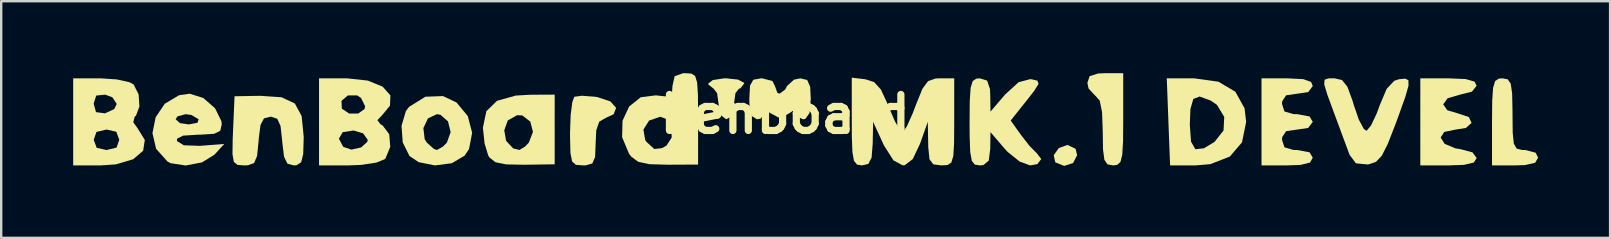
<source format=kicad_pcb>
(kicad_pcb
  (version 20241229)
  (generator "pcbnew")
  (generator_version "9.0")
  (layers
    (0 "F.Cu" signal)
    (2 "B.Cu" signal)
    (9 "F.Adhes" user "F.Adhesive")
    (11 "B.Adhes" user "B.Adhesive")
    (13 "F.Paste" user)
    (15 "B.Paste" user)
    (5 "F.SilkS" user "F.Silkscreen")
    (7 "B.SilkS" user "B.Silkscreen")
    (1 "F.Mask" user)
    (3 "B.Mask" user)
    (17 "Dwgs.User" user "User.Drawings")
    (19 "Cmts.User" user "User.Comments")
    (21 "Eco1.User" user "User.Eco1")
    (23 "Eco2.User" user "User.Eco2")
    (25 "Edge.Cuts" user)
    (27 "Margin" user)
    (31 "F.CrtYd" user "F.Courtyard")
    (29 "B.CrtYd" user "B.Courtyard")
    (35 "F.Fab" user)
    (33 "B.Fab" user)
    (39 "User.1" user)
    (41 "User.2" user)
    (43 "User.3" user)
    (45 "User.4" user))
  (footprint "benboard"
    (layer "F.Cu")
    (at 29.669 1.708)
    (property "Reference" "benboard" (at 0 0 0) (layer "F.SilkS") (effects (font (size 1.5 1.5) (thickness 0.3))))
    (attr board_only exclude_from_pos_files exclude_from_bom)
    (fp_poly (pts (xy 12.102 1.442) (xy 12.166 1.708) (xy 11.998 2.034) (xy 11.627 2.156) (xy 11.256 2.007) (xy 11.192 1.71) (xy 11.403 1.412) (xy 11.762 1.281)) (stroke (width 0) (type solid)) (fill yes) (layer "F.SilkS"))
    (fp_poly (pts (xy -1.961 -1.441) (xy -1.714 -1.309) (xy -1.708 -1.281) (xy -1.87 -1.073) (xy -1.921 -1.067) (xy -2.071 -0.882) (xy -2.134 -0.435) (xy -2.134 -0.427) (xy -2.23 0.081) (xy -2.455 0.213) (xy -2.709 0.023) (xy -2.775 -0.427) (xy -2.837 -0.876) (xy -2.986 -1.067) (xy -2.988 -1.067) (xy -3.195 -1.23) (xy -3.202 -1.281) (xy -3.014 -1.422) (xy -2.553 -1.492) (xy -2.455 -1.494)) (stroke (width 0) (type solid)) (fill yes) (layer "F.SilkS"))
    (fp_poly (pts (xy 14.087 0.213) (xy 14.08 1.126) (xy 14.047 1.693) (xy 13.969 1.996) (xy 13.829 2.116) (xy 13.661 2.134) (xy 13.43 2.091) (xy 13.301 1.9) (xy 13.245 1.465) (xy 13.234 0.74) (xy 13.205 -0.084) (xy 13.108 -0.562) (xy 12.926 -0.771) (xy 12.913 -0.777) (xy 12.643 -1.068) (xy 12.593 -1.304) (xy 12.687 -1.584) (xy 13.038 -1.696) (xy 13.34 -1.708) (xy 14.087 -1.708)) (stroke (width 0) (type solid)) (fill yes) (layer "F.SilkS"))
    (fp_poly (pts (xy -7.934 -0.728) (xy -7.824 -0.711) (xy -7.282 -0.53) (xy -7.045 -0.264) (xy -7.148 0.002) (xy -7.471 0.152) (xy -7.747 0.31) (xy -7.873 0.673) (xy -7.897 1.199) (xy -7.921 1.782) (xy -8.036 2.054) (xy -8.307 2.132) (xy -8.431 2.134) (xy -8.719 2.11) (xy -8.879 1.971) (xy -8.948 1.622) (xy -8.964 0.965) (xy -8.965 0.76) (xy -8.939 0.035) (xy -8.871 -0.503) (xy -8.785 -0.726) (xy -8.472 -0.768)) (stroke (width 0) (type solid)) (fill yes) (layer "F.SilkS"))
    (fp_poly (pts (xy 30.107 -1.454) (xy 30.235 -1.272) (xy 30.294 -0.857) (xy 30.309 -0.119) (xy 30.309 0) (xy 30.317 0.781) (xy 30.363 1.227) (xy 30.48 1.433) (xy 30.701 1.491) (xy 30.843 1.494) (xy 31.272 1.605) (xy 31.376 1.814) (xy 31.251 2.025) (xy 30.823 2.121) (xy 30.416 2.134) (xy 29.455 2.134) (xy 29.455 0.32) (xy 29.463 -0.562) (xy 29.5 -1.101) (xy 29.586 -1.38) (xy 29.74 -1.482) (xy 29.882 -1.494)) (stroke (width 0) (type solid)) (fill yes) (layer "F.SilkS"))
    (fp_poly (pts (xy 17.032 -1.495) (xy 18.055 -1.353) (xy 18.761 -0.934) (xy 19.142 -0.247) (xy 19.21 0.32) (xy 19.037 1.171) (xy 18.531 1.765) (xy 17.713 2.083) (xy 17.101 2.134) (xy 16.04 2.134) (xy 15.975 0.439) (xy 16.862 0.439) (xy 16.912 1.143) (xy 17.092 1.46) (xy 17.448 1.422) (xy 17.894 1.153) (xy 18.268 0.676) (xy 18.296 0.114) (xy 17.993 -0.389) (xy 17.728 -0.569) (xy 17.273 -0.735) (xy 17.008 -0.636) (xy 16.887 -0.215) (xy 16.862 0.439) (xy 15.975 0.439) (xy 15.971 0.32) (xy 15.902 -1.495)) (stroke (width 0) (type solid)) (fill yes) (layer "F.SilkS"))
    (fp_poly (pts (xy 28.358 -1.463) (xy 28.725 -1.357) (xy 28.815 -1.187) (xy 28.619 -0.939) (xy 28.121 -0.814) (xy 27.604 -0.663) (xy 27.421 -0.411) (xy 27.588 -0.165) (xy 28.015 -0.039) (xy 28.49 0.119) (xy 28.602 0.364) (xy 28.365 0.575) (xy 27.946 0.64) (xy 27.463 0.74) (xy 27.315 0.973) (xy 27.479 1.235) (xy 27.934 1.426) (xy 28.123 1.454) (xy 28.64 1.591) (xy 28.815 1.828) (xy 28.696 2.015) (xy 28.289 2.111) (xy 27.641 2.134) (xy 26.467 2.134) (xy 26.467 0.32) (xy 26.467 -1.494) (xy 27.641 -1.494)) (stroke (width 0) (type solid)) (fill yes) (layer "F.SilkS"))
    (fp_poly (pts (xy -9.605 0.637) (xy -9.605 2.089) (xy -10.881 2.107) (xy -11.633 2.092) (xy -12.075 2.002) (xy -12.319 1.808) (xy -12.375 1.717) (xy -12.526 1.223) (xy -12.584 0.67) (xy -11.707 0.67) (xy -11.629 1.111) (xy -11.335 1.427) (xy -11.072 1.491) (xy -10.84 1.35) (xy -10.681 1.184) (xy -10.51 0.736) (xy -10.623 0.306) (xy -10.953 0.053) (xy -11.171 0.041) (xy -11.558 0.261) (xy -11.707 0.67) (xy -12.584 0.67) (xy -12.593 0.586) (xy -12.593 0.553) (xy -12.452 -0.123) (xy -12.006 -0.559) (xy -11.225 -0.776) (xy -10.619 -0.81) (xy -9.605 -0.815)) (stroke (width 0) (type solid)) (fill yes) (layer "F.SilkS"))
    (fp_poly (pts (xy -13.695 -0.487) (xy -13.225 0.08) (xy -13.044 0.777) (xy -13.174 1.452) (xy -13.358 1.728) (xy -13.893 2.044) (xy -14.595 2.135) (xy -15.272 2) (xy -15.655 1.744) (xy -15.937 1.176) (xy -15.98 0.582) (xy -15.077 0.582) (xy -15.022 1.043) (xy -14.933 1.184) (xy -14.64 1.446) (xy -14.514 1.494) (xy -14.258 1.349) (xy -14.096 1.184) (xy -13.94 0.747) (xy -14.051 0.3) (xy -14.367 0.024) (xy -14.514 0) (xy -14.887 0.175) (xy -15.077 0.582) (xy -15.98 0.582) (xy -15.987 0.483) (xy -15.804 -0.133) (xy -15.673 -0.305) (xy -14.995 -0.727) (xy -14.26 -0.755)) (stroke (width 0) (type solid)) (fill yes) (layer "F.SilkS"))
    (fp_poly (pts (xy 21.589 -1.46) (xy 21.917 -1.341) (xy 21.985 -1.174) (xy 21.794 -0.92) (xy 21.345 -0.854) (xy 20.876 -0.787) (xy 20.711 -0.537) (xy 20.704 -0.427) (xy 20.805 -0.114) (xy 21.179 -0.004) (xy 21.345 0) (xy 21.853 0.095) (xy 21.985 0.32) (xy 21.794 0.574) (xy 21.345 0.64) (xy 20.876 0.707) (xy 20.711 0.957) (xy 20.704 1.067) (xy 20.805 1.38) (xy 21.179 1.49) (xy 21.345 1.494) (xy 21.853 1.59) (xy 21.985 1.814) (xy 21.871 2.016) (xy 21.475 2.114) (xy 20.918 2.134) (xy 19.85 2.134) (xy 19.85 0.32) (xy 19.85 -1.494) (xy 20.918 -1.494)) (stroke (width 0) (type solid)) (fill yes) (layer "F.SilkS"))
    (fp_poly (pts (xy 0.917 -1.425) (xy 1.042 -1.141) (xy 1.067 -0.64) (xy 1.014 -0.047) (xy 0.839 0.198) (xy 0.747 0.213) (xy 0.463 0.084) (xy 0.427 -0.026) (xy 0.324 -0.139) (xy 0.107 0) (xy -0.235 0.158) (xy -0.534 0) (xy -0.799 -0.143) (xy -0.854 -0.026) (xy -1.026 0.186) (xy -1.174 0.213) (xy -1.397 0.072) (xy -1.488 -0.395) (xy -1.494 -0.64) (xy -1.465 -1.19) (xy -1.328 -1.435) (xy -1.007 -1.494) (xy -0.961 -1.494) (xy -0.531 -1.383) (xy -0.427 -1.174) (xy -0.324 -0.89) (xy -0.236 -0.854) (xy -0.003 -1.024) (xy 0.077 -1.174) (xy 0.367 -1.438) (xy 0.634 -1.494)) (stroke (width 0) (type solid)) (fill yes) (layer "F.SilkS"))
    (fp_poly (pts (xy -20.987 -0.705) (xy -20.434 -0.447) (xy -20.149 0.077) (xy -20.064 0.933) (xy -20.064 0.994) (xy -20.084 1.662) (xy -20.17 2.005) (xy -20.358 2.126) (xy -20.479 2.134) (xy -20.741 2.062) (xy -20.883 1.774) (xy -20.956 1.169) (xy -20.959 1.121) (xy -21.028 0.496) (xy -21.163 0.193) (xy -21.416 0.107) (xy -21.451 0.107) (xy -21.719 0.175) (xy -21.864 0.45) (xy -21.938 1.036) (xy -21.943 1.121) (xy -22.005 1.736) (xy -22.13 2.035) (xy -22.383 2.129) (xy -22.54 2.134) (xy -22.82 2.114) (xy -22.974 1.989) (xy -23.031 1.666) (xy -23.023 1.049) (xy -23.008 0.694) (xy -22.945 -0.747) (xy -21.878 -0.765)) (stroke (width 0) (type solid)) (fill yes) (layer "F.SilkS"))
    (fp_poly (pts (xy 23.202 -1.423) (xy 23.428 -1.145) (xy 23.641 -0.566) (xy 23.697 -0.374) (xy 23.907 0.233) (xy 24.114 0.617) (xy 24.228 0.692) (xy 24.412 0.474) (xy 24.647 -0.022) (xy 24.777 -0.375) (xy 25.065 -1.056) (xy 25.381 -1.391) (xy 25.577 -1.456) (xy 25.836 -1.481) (xy 25.97 -1.417) (xy 25.976 -1.192) (xy 25.847 -0.736) (xy 25.577 0.022) (xy 25.428 0.427) (xy 25.111 1.241) (xy 24.862 1.732) (xy 24.62 1.986) (xy 24.328 2.087) (xy 24.265 2.095) (xy 23.785 2.048) (xy 23.521 1.698) (xy 23.51 1.668) (xy 23.336 1.201) (xy 23.08 0.507) (xy 22.869 -0.061) (xy 22.595 -0.806) (xy 22.464 -1.235) (xy 22.478 -1.435) (xy 22.638 -1.492) (xy 22.895 -1.494)) (stroke (width 0) (type solid)) (fill yes) (layer "F.SilkS"))
    (fp_poly (pts (xy -24.251 -0.677) (xy -23.757 -0.246) (xy -23.492 0.292) (xy -23.479 0.427) (xy -23.541 0.692) (xy -23.797 0.818) (xy -24.358 0.853) (xy -24.457 0.854) (xy -25.09 0.894) (xy -25.344 1.024) (xy -25.343 1.121) (xy -25.059 1.296) (xy -24.397 1.32) (xy -24.313 1.314) (xy -23.376 1.24) (xy -23.781 1.687) (xy -24.302 2.009) (xy -24.983 2.138) (xy -25.606 2.043) (xy -25.742 1.971) (xy -26.214 1.442) (xy -26.366 0.79) (xy -26.25 0.213) (xy -25.4 0.213) (xy -25.217 0.373) (xy -24.854 0.427) (xy -24.491 0.359) (xy -24.439 0.213) (xy -24.741 0.034) (xy -24.986 0) (xy -25.326 0.092) (xy -25.4 0.213) (xy -26.25 0.213) (xy -26.233 0.127) (xy -25.851 -0.436) (xy -25.257 -0.789) (xy -24.819 -0.854)) (stroke (width 0) (type solid)) (fill yes) (layer "F.SilkS"))
    (fp_poly (pts (xy -3.909 -1.692) (xy -3.752 -1.591) (xy -3.668 -1.32) (xy -3.635 -0.799) (xy -3.629 0.055) (xy -3.629 0.196) (xy -3.629 2.1) (xy -4.905 2.106) (xy -5.662 2.084) (xy -6.121 1.985) (xy -6.411 1.772) (xy -6.506 1.649) (xy -6.795 0.96) (xy -6.787 0.642) (xy -5.908 0.642) (xy -5.832 1.081) (xy -5.778 1.156) (xy -5.453 1.452) (xy -5.13 1.414) (xy -4.944 1.307) (xy -4.728 0.973) (xy -4.749 0.54) (xy -4.964 0.195) (xy -5.206 0.107) (xy -5.671 0.266) (xy -5.908 0.642) (xy -6.787 0.642) (xy -6.777 0.271) (xy -6.503 -0.318) (xy -6.021 -0.704) (xy -5.382 -0.786) (xy -5.314 -0.775) (xy -4.877 -0.731) (xy -4.715 -0.904) (xy -4.696 -1.179) (xy -4.606 -1.582) (xy -4.256 -1.706) (xy -4.162 -1.708)) (stroke (width 0) (type solid)) (fill yes) (layer "F.SilkS"))
    (fp_poly (pts (xy 8.416 -1.4) (xy 8.535 -1.045) (xy 8.546 -0.8) (xy 8.555 -0.107) (xy 9.164 -0.818) (xy 9.727 -1.332) (xy 10.221 -1.462) (xy 10.244 -1.459) (xy 10.509 -1.398) (xy 10.559 -1.266) (xy 10.375 -0.969) (xy 10.056 -0.562) (xy 9.398 0.264) (xy 9.832 0.872) (xy 10.181 1.32) (xy 10.451 1.595) (xy 10.469 1.607) (xy 10.672 1.869) (xy 10.509 2.08) (xy 10.208 2.134) (xy 9.774 1.976) (xy 9.275 1.577) (xy 9.149 1.441) (xy 8.555 0.747) (xy 8.546 1.441) (xy 8.483 1.934) (xy 8.262 2.121) (xy 8.111 2.134) (xy 7.903 2.101) (xy 7.777 1.944) (xy 7.711 1.58) (xy 7.687 0.926) (xy 7.684 0.32) (xy 7.692 -0.562) (xy 7.729 -1.101) (xy 7.814 -1.38) (xy 7.968 -1.482) (xy 8.111 -1.494)) (stroke (width 0) (type solid)) (fill yes) (layer "F.SilkS"))
    (fp_poly (pts (xy -27.849 -1.448) (xy -27.322 -1.331) (xy -27.15 -1.238) (xy -26.944 -0.829) (xy -26.909 -0.325) (xy -27.051 0.059) (xy -27.109 0.108) (xy -27.164 0.341) (xy -27.002 0.562) (xy -26.685 1.072) (xy -26.754 1.524) (xy -27.17 1.878) (xy -27.891 2.091) (xy -28.51 2.134) (xy -29.669 2.134) (xy -29.669 1.067) (xy -28.815 1.067) (xy -28.69 1.402) (xy -28.282 1.494) (xy -27.863 1.394) (xy -27.748 1.067) (xy -27.873 0.732) (xy -28.282 0.64) (xy -28.7 0.74) (xy -28.815 1.067) (xy -29.669 1.067) (xy -29.669 0.32) (xy -29.669 -0.427) (xy -28.815 -0.427) (xy -28.718 -0.085) (xy -28.355 -0.036) (xy -28.335 -0.039) (xy -27.959 -0.213) (xy -27.855 -0.427) (xy -28.036 -0.703) (xy -28.335 -0.815) (xy -28.709 -0.776) (xy -28.815 -0.446) (xy -28.815 -0.427) (xy -29.669 -0.427) (xy -29.669 -1.494) (xy -28.538 -1.494)) (stroke (width 0) (type solid)) (fill yes) (layer "F.SilkS"))
    (fp_poly (pts (xy -17.394 -1.4) (xy -16.774 -1.147) (xy -16.45 -0.783) (xy -16.469 -0.354) (xy -16.769 0.011) (xy -16.993 0.25) (xy -16.865 0.419) (xy -16.769 0.475) (xy -16.499 0.837) (xy -16.456 1.359) (xy -16.651 1.834) (xy -16.691 1.878) (xy -17.034 2.018) (xy -17.649 2.111) (xy -18.186 2.134) (xy -19.424 2.134) (xy -19.424 1.02) (xy -18.597 1.02) (xy -18.418 1.361) (xy -18.077 1.476) (xy -17.671 1.386) (xy -17.413 1.153) (xy -17.396 1.067) (xy -17.587 0.799) (xy -17.983 0.68) (xy -18.438 0.749) (xy -18.597 1.02) (xy -19.424 1.02) (xy -19.424 0.32) (xy -19.424 -0.554) (xy -18.488 -0.554) (xy -18.475 -0.233) (xy -18.475 -0.232) (xy -18.174 -0.028) (xy -17.792 -0.028) (xy -17.529 -0.213) (xy -17.503 -0.327) (xy -17.676 -0.679) (xy -17.837 -0.782) (xy -18.225 -0.781) (xy -18.488 -0.554) (xy -19.424 -0.554) (xy -19.424 -1.494) (xy -18.265 -1.494)) (stroke (width 0) (type solid)) (fill yes) (layer "F.SilkS"))
    (fp_poly (pts (xy 3.34 -1.455) (xy 3.705 -1.339) (xy 3.987 -1.03) (xy 4.268 -0.425) (xy 4.327 -0.271) (xy 4.583 0.318) (xy 4.805 0.681) (xy 4.915 0.744) (xy 5.074 0.5) (xy 5.306 -0.016) (xy 5.463 -0.426) (xy 5.719 -1.058) (xy 5.956 -1.378) (xy 6.269 -1.487) (xy 6.446 -1.494) (xy 7.044 -1.494) (xy 7.044 0.32) (xy 7.039 1.199) (xy 7.008 1.735) (xy 6.925 2.013) (xy 6.766 2.118) (xy 6.51 2.134) (xy 6.173 2.09) (xy 6.014 1.878) (xy 5.963 1.382) (xy 5.96 1.227) (xy 5.943 0.32) (xy 5.622 1.227) (xy 5.318 1.868) (xy 4.986 2.125) (xy 4.9 2.134) (xy 4.512 1.924) (xy 4.116 1.301) (xy 4.082 1.227) (xy 3.665 0.32) (xy 3.647 1.227) (xy 3.602 1.808) (xy 3.464 2.074) (xy 3.202 2.134) (xy 2.995 2.101) (xy 2.868 1.945) (xy 2.802 1.583) (xy 2.778 0.933) (xy 2.775 0.306) (xy 2.775 -1.522)) (stroke (width 0) (type solid)) (fill yes) (layer "F.SilkS")))
  (gr_rect
    (start -3 -3)
    (end 64.045 6.863)
    (stroke (width 0.1) (type default))
    (fill no)
    (layer "Edge.Cuts")))
</source>
